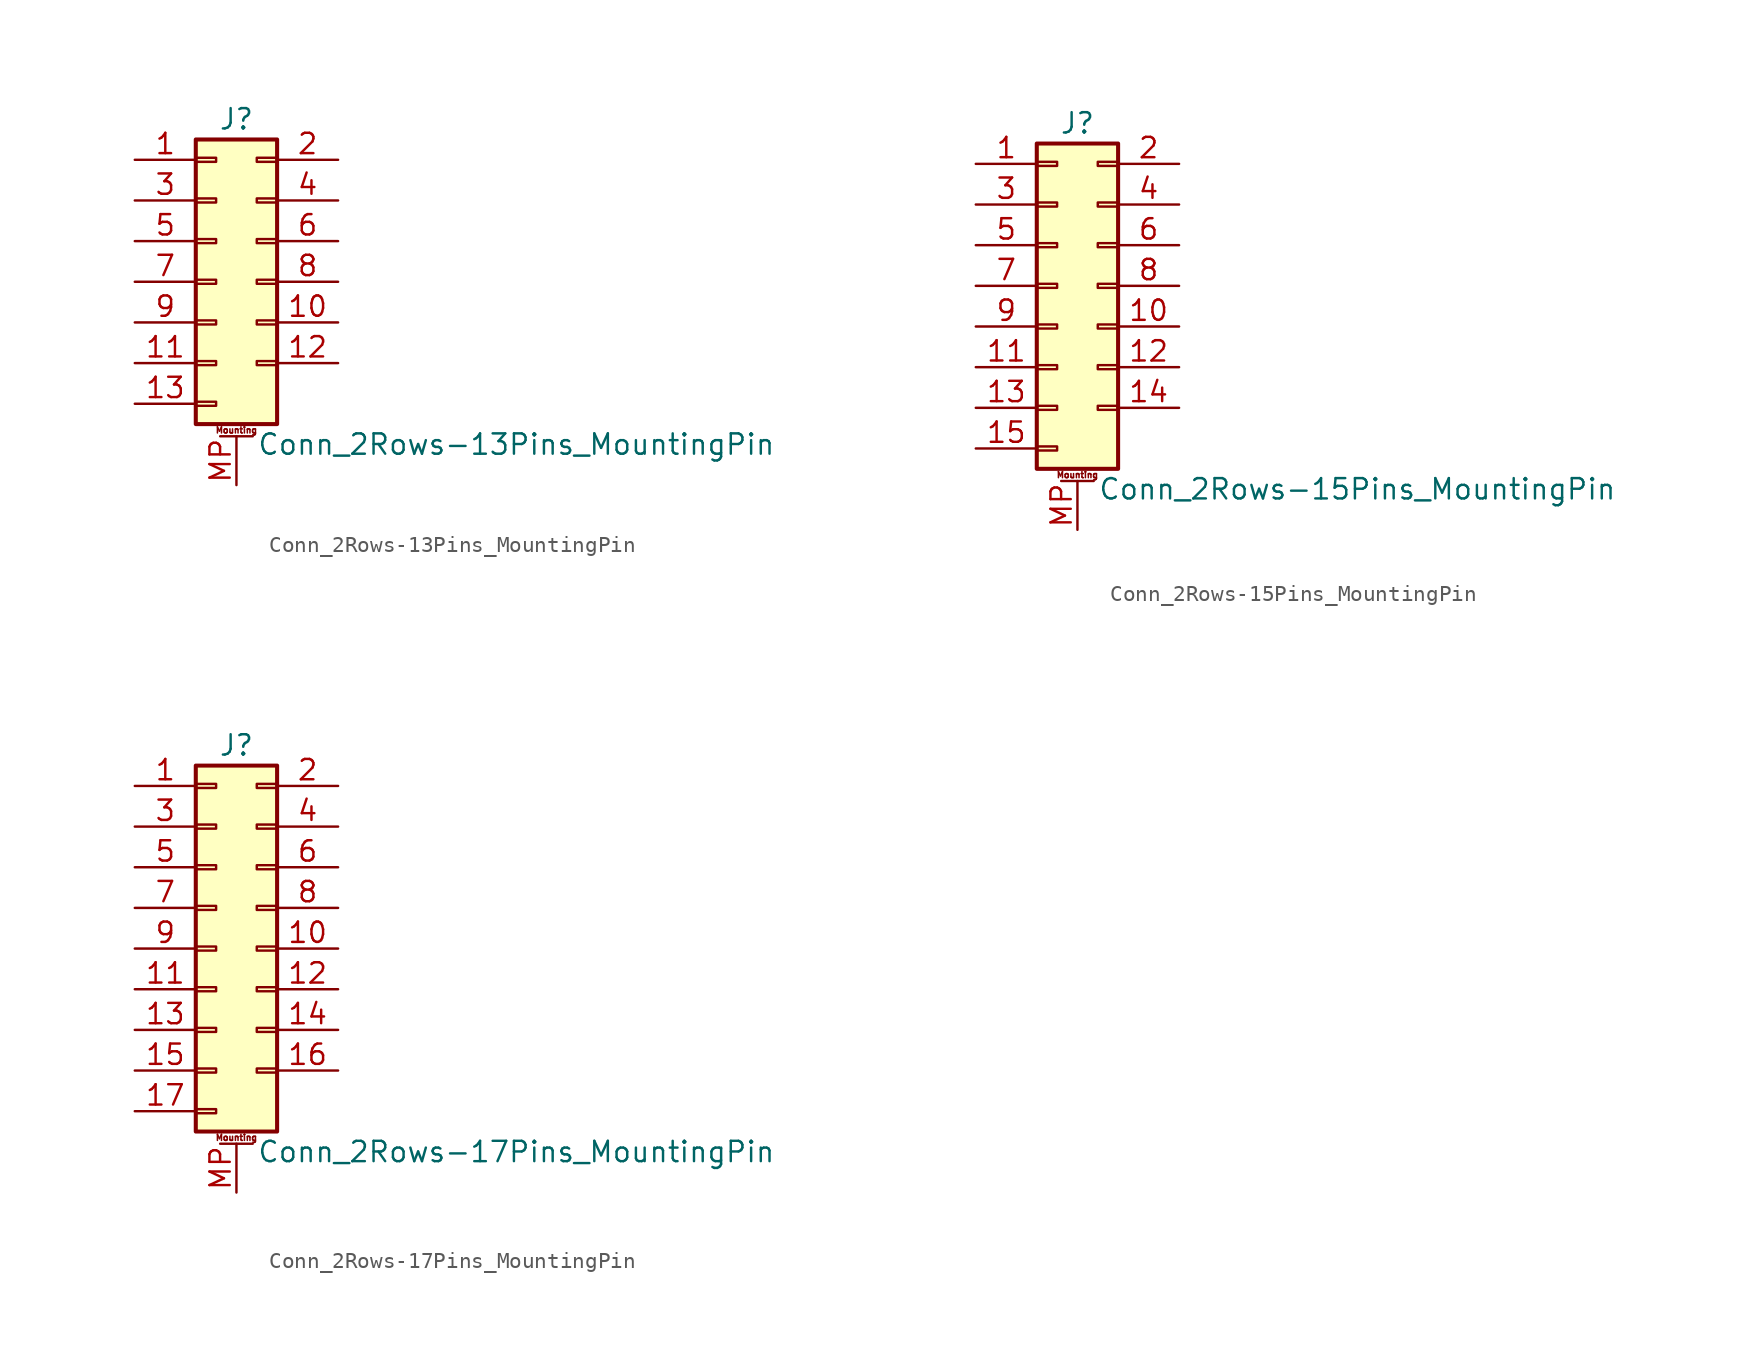
<source format=kicad_sym>
(kicad_symbol_lib
  (version 20220914)
  (generator kicad_symbol_editor)
  (symbol "Conn_2Rows-13Pins_MountingPin"
    (pin_names
      (offset 1.016) hide)
    (property "Reference" "J"
      (at 1.27 10.16 0)
      (effects (font (size 1.27 1.27))))
    (property "Value" "Conn_2Rows-13Pins_MountingPin"
      (at 2.54 -10.16 0)
      (effects (font (size 1.27 1.27)) (justify left)))
    (symbol "Conn_2Rows-13Pins_MountingPin_1_1"
      (rectangle (start -1.27 -7.493) (end 0 -7.747) (stroke (width 0.152) (type default)) (fill (type none)))
      (rectangle (start -1.27 -4.953) (end 0 -5.207) (stroke (width 0.152) (type default)) (fill (type none)))
      (rectangle (start -1.27 -2.413) (end 0 -2.667) (stroke (width 0.152) (type default)) (fill (type none)))
      (rectangle (start -1.27 0.127) (end 0 -0.127) (stroke (width 0.152) (type default)) (fill (type none)))
      (rectangle (start -1.27 2.667) (end 0 2.413) (stroke (width 0.152) (type default)) (fill (type none)))
      (rectangle (start -1.27 5.207) (end 0 4.953) (stroke (width 0.152) (type default)) (fill (type none)))
      (rectangle (start -1.27 7.747) (end 0 7.493) (stroke (width 0.152) (type default)) (fill (type none)))
      (rectangle (start -1.27 8.89) (end 3.81 -8.89) (stroke (width 0.254) (type default)) (fill (type background)))
      (polyline (pts (xy 0.254 -9.652) (xy 2.286 -9.652)) (stroke (width 0.152) (type default)) (fill (type none)))
      (rectangle (start 3.81 -4.953) (end 2.54 -5.207) (stroke (width 0.152) (type default)) (fill (type none)))
      (rectangle (start 3.81 -2.413) (end 2.54 -2.667) (stroke (width 0.152) (type default)) (fill (type none)))
      (rectangle (start 3.81 0.127) (end 2.54 -0.127) (stroke (width 0.152) (type default)) (fill (type none)))
      (rectangle (start 3.81 2.667) (end 2.54 2.413) (stroke (width 0.152) (type default)) (fill (type none)))
      (rectangle (start 3.81 5.207) (end 2.54 4.953) (stroke (width 0.152) (type default)) (fill (type none)))
      (rectangle (start 3.81 7.747) (end 2.54 7.493) (stroke (width 0.152) (type default)) (fill (type none)))
      (text "Mounting" (at 1.27 -9.271 0) (effects (font (size 0.381 0.381))))
      (pin passive line (at -5.08 7.62 0) (length 3.81) (name "Pin_1" (effects (font (size 1.27 1.27)))) (number "1" (effects (font (size 1.27 1.27)))))
      (pin passive line (at 7.62 -2.54 180) (length 3.81) (name "Pin_10" (effects (font (size 1.27 1.27)))) (number "10" (effects (font (size 1.27 1.27)))))
      (pin passive line (at -5.08 -5.08 0) (length 3.81) (name "Pin_11" (effects (font (size 1.27 1.27)))) (number "11" (effects (font (size 1.27 1.27)))))
      (pin passive line (at 7.62 -5.08 180) (length 3.81) (name "Pin_12" (effects (font (size 1.27 1.27)))) (number "12" (effects (font (size 1.27 1.27)))))
      (pin passive line (at -5.08 -7.62 0) (length 3.81) (name "Pin_13" (effects (font (size 1.27 1.27)))) (number "13" (effects (font (size 1.27 1.27)))))
      (pin passive line (at 7.62 7.62 180) (length 3.81) (name "Pin_2" (effects (font (size 1.27 1.27)))) (number "2" (effects (font (size 1.27 1.27)))))
      (pin passive line (at -5.08 5.08 0) (length 3.81) (name "Pin_3" (effects (font (size 1.27 1.27)))) (number "3" (effects (font (size 1.27 1.27)))))
      (pin passive line (at 7.62 5.08 180) (length 3.81) (name "Pin_4" (effects (font (size 1.27 1.27)))) (number "4" (effects (font (size 1.27 1.27)))))
      (pin passive line (at -5.08 2.54 0) (length 3.81) (name "Pin_5" (effects (font (size 1.27 1.27)))) (number "5" (effects (font (size 1.27 1.27)))))
      (pin passive line (at 7.62 2.54 180) (length 3.81) (name "Pin_6" (effects (font (size 1.27 1.27)))) (number "6" (effects (font (size 1.27 1.27)))))
      (pin passive line (at -5.08 0 0) (length 3.81) (name "Pin_7" (effects (font (size 1.27 1.27)))) (number "7" (effects (font (size 1.27 1.27)))))
      (pin passive line (at 7.62 0 180) (length 3.81) (name "Pin_8" (effects (font (size 1.27 1.27)))) (number "8" (effects (font (size 1.27 1.27)))))
      (pin passive line (at -5.08 -2.54 0) (length 3.81) (name "Pin_9" (effects (font (size 1.27 1.27)))) (number "9" (effects (font (size 1.27 1.27)))))
      (pin passive line (at 1.27 -12.7 90) (length 3.048) (name "MountPin" (effects (font (size 1.27 1.27)))) (number "MP" (effects (font (size 1.27 1.27)))))))
  (symbol "Conn_2Rows-15Pins_MountingPin"
    (pin_names
      (offset 1.016) hide)
    (property "Reference" "J"
      (at 1.27 10.16 0)
      (effects (font (size 1.27 1.27))))
    (property "Value" "Conn_2Rows-15Pins_MountingPin"
      (at 2.54 -12.7 0)
      (effects (font (size 1.27 1.27)) (justify left)))
    (symbol "Conn_2Rows-15Pins_MountingPin_1_1"
      (rectangle (start -1.27 -10.033) (end 0 -10.287) (stroke (width 0.152) (type default)) (fill (type none)))
      (rectangle (start -1.27 -7.493) (end 0 -7.747) (stroke (width 0.152) (type default)) (fill (type none)))
      (rectangle (start -1.27 -4.953) (end 0 -5.207) (stroke (width 0.152) (type default)) (fill (type none)))
      (rectangle (start -1.27 -2.413) (end 0 -2.667) (stroke (width 0.152) (type default)) (fill (type none)))
      (rectangle (start -1.27 0.127) (end 0 -0.127) (stroke (width 0.152) (type default)) (fill (type none)))
      (rectangle (start -1.27 2.667) (end 0 2.413) (stroke (width 0.152) (type default)) (fill (type none)))
      (rectangle (start -1.27 5.207) (end 0 4.953) (stroke (width 0.152) (type default)) (fill (type none)))
      (rectangle (start -1.27 7.747) (end 0 7.493) (stroke (width 0.152) (type default)) (fill (type none)))
      (rectangle (start -1.27 8.89) (end 3.81 -11.43) (stroke (width 0.254) (type default)) (fill (type background)))
      (polyline (pts (xy 0.254 -12.192) (xy 2.286 -12.192)) (stroke (width 0.152) (type default)) (fill (type none)))
      (rectangle (start 3.81 -7.493) (end 2.54 -7.747) (stroke (width 0.152) (type default)) (fill (type none)))
      (rectangle (start 3.81 -4.953) (end 2.54 -5.207) (stroke (width 0.152) (type default)) (fill (type none)))
      (rectangle (start 3.81 -2.413) (end 2.54 -2.667) (stroke (width 0.152) (type default)) (fill (type none)))
      (rectangle (start 3.81 0.127) (end 2.54 -0.127) (stroke (width 0.152) (type default)) (fill (type none)))
      (rectangle (start 3.81 2.667) (end 2.54 2.413) (stroke (width 0.152) (type default)) (fill (type none)))
      (rectangle (start 3.81 5.207) (end 2.54 4.953) (stroke (width 0.152) (type default)) (fill (type none)))
      (rectangle (start 3.81 7.747) (end 2.54 7.493) (stroke (width 0.152) (type default)) (fill (type none)))
      (text "Mounting" (at 1.27 -11.811 0) (effects (font (size 0.381 0.381))))
      (pin passive line (at -5.08 7.62 0) (length 3.81) (name "Pin_1" (effects (font (size 1.27 1.27)))) (number "1" (effects (font (size 1.27 1.27)))))
      (pin passive line (at 7.62 -2.54 180) (length 3.81) (name "Pin_10" (effects (font (size 1.27 1.27)))) (number "10" (effects (font (size 1.27 1.27)))))
      (pin passive line (at -5.08 -5.08 0) (length 3.81) (name "Pin_11" (effects (font (size 1.27 1.27)))) (number "11" (effects (font (size 1.27 1.27)))))
      (pin passive line (at 7.62 -5.08 180) (length 3.81) (name "Pin_12" (effects (font (size 1.27 1.27)))) (number "12" (effects (font (size 1.27 1.27)))))
      (pin passive line (at -5.08 -7.62 0) (length 3.81) (name "Pin_13" (effects (font (size 1.27 1.27)))) (number "13" (effects (font (size 1.27 1.27)))))
      (pin passive line (at 7.62 -7.62 180) (length 3.81) (name "Pin_14" (effects (font (size 1.27 1.27)))) (number "14" (effects (font (size 1.27 1.27)))))
      (pin passive line (at -5.08 -10.16 0) (length 3.81) (name "Pin_15" (effects (font (size 1.27 1.27)))) (number "15" (effects (font (size 1.27 1.27)))))
      (pin passive line (at 7.62 7.62 180) (length 3.81) (name "Pin_2" (effects (font (size 1.27 1.27)))) (number "2" (effects (font (size 1.27 1.27)))))
      (pin passive line (at -5.08 5.08 0) (length 3.81) (name "Pin_3" (effects (font (size 1.27 1.27)))) (number "3" (effects (font (size 1.27 1.27)))))
      (pin passive line (at 7.62 5.08 180) (length 3.81) (name "Pin_4" (effects (font (size 1.27 1.27)))) (number "4" (effects (font (size 1.27 1.27)))))
      (pin passive line (at -5.08 2.54 0) (length 3.81) (name "Pin_5" (effects (font (size 1.27 1.27)))) (number "5" (effects (font (size 1.27 1.27)))))
      (pin passive line (at 7.62 2.54 180) (length 3.81) (name "Pin_6" (effects (font (size 1.27 1.27)))) (number "6" (effects (font (size 1.27 1.27)))))
      (pin passive line (at -5.08 0 0) (length 3.81) (name "Pin_7" (effects (font (size 1.27 1.27)))) (number "7" (effects (font (size 1.27 1.27)))))
      (pin passive line (at 7.62 0 180) (length 3.81) (name "Pin_8" (effects (font (size 1.27 1.27)))) (number "8" (effects (font (size 1.27 1.27)))))
      (pin passive line (at -5.08 -2.54 0) (length 3.81) (name "Pin_9" (effects (font (size 1.27 1.27)))) (number "9" (effects (font (size 1.27 1.27)))))
      (pin passive line (at 1.27 -15.24 90) (length 3.048) (name "MountPin" (effects (font (size 1.27 1.27)))) (number "MP" (effects (font (size 1.27 1.27)))))))
  (symbol "Conn_2Rows-17Pins_MountingPin"
    (pin_names
      (offset 1.016) hide)
    (property "Reference" "J"
      (at 1.27 12.7 0)
      (effects (font (size 1.27 1.27))))
    (property "Value" "Conn_2Rows-17Pins_MountingPin"
      (at 2.54 -12.7 0)
      (effects (font (size 1.27 1.27)) (justify left)))
    (symbol "Conn_2Rows-17Pins_MountingPin_1_1"
      (rectangle (start -1.27 -10.033) (end 0 -10.287) (stroke (width 0.152) (type default)) (fill (type none)))
      (rectangle (start -1.27 -7.493) (end 0 -7.747) (stroke (width 0.152) (type default)) (fill (type none)))
      (rectangle (start -1.27 -4.953) (end 0 -5.207) (stroke (width 0.152) (type default)) (fill (type none)))
      (rectangle (start -1.27 -2.413) (end 0 -2.667) (stroke (width 0.152) (type default)) (fill (type none)))
      (rectangle (start -1.27 0.127) (end 0 -0.127) (stroke (width 0.152) (type default)) (fill (type none)))
      (rectangle (start -1.27 2.667) (end 0 2.413) (stroke (width 0.152) (type default)) (fill (type none)))
      (rectangle (start -1.27 5.207) (end 0 4.953) (stroke (width 0.152) (type default)) (fill (type none)))
      (rectangle (start -1.27 7.747) (end 0 7.493) (stroke (width 0.152) (type default)) (fill (type none)))
      (rectangle (start -1.27 10.287) (end 0 10.033) (stroke (width 0.152) (type default)) (fill (type none)))
      (rectangle (start -1.27 11.43) (end 3.81 -11.43) (stroke (width 0.254) (type default)) (fill (type background)))
      (polyline (pts (xy 0.254 -12.192) (xy 2.286 -12.192)) (stroke (width 0.152) (type default)) (fill (type none)))
      (rectangle (start 3.81 -7.493) (end 2.54 -7.747) (stroke (width 0.152) (type default)) (fill (type none)))
      (rectangle (start 3.81 -4.953) (end 2.54 -5.207) (stroke (width 0.152) (type default)) (fill (type none)))
      (rectangle (start 3.81 -2.413) (end 2.54 -2.667) (stroke (width 0.152) (type default)) (fill (type none)))
      (rectangle (start 3.81 0.127) (end 2.54 -0.127) (stroke (width 0.152) (type default)) (fill (type none)))
      (rectangle (start 3.81 2.667) (end 2.54 2.413) (stroke (width 0.152) (type default)) (fill (type none)))
      (rectangle (start 3.81 5.207) (end 2.54 4.953) (stroke (width 0.152) (type default)) (fill (type none)))
      (rectangle (start 3.81 7.747) (end 2.54 7.493) (stroke (width 0.152) (type default)) (fill (type none)))
      (rectangle (start 3.81 10.287) (end 2.54 10.033) (stroke (width 0.152) (type default)) (fill (type none)))
      (text "Mounting" (at 1.27 -11.811 0) (effects (font (size 0.381 0.381))))
      (pin passive line (at -5.08 10.16 0) (length 3.81) (name "Pin_1" (effects (font (size 1.27 1.27)))) (number "1" (effects (font (size 1.27 1.27)))))
      (pin passive line (at 7.62 0 180) (length 3.81) (name "Pin_10" (effects (font (size 1.27 1.27)))) (number "10" (effects (font (size 1.27 1.27)))))
      (pin passive line (at -5.08 -2.54 0) (length 3.81) (name "Pin_11" (effects (font (size 1.27 1.27)))) (number "11" (effects (font (size 1.27 1.27)))))
      (pin passive line (at 7.62 -2.54 180) (length 3.81) (name "Pin_12" (effects (font (size 1.27 1.27)))) (number "12" (effects (font (size 1.27 1.27)))))
      (pin passive line (at -5.08 -5.08 0) (length 3.81) (name "Pin_13" (effects (font (size 1.27 1.27)))) (number "13" (effects (font (size 1.27 1.27)))))
      (pin passive line (at 7.62 -5.08 180) (length 3.81) (name "Pin_14" (effects (font (size 1.27 1.27)))) (number "14" (effects (font (size 1.27 1.27)))))
      (pin passive line (at -5.08 -7.62 0) (length 3.81) (name "Pin_15" (effects (font (size 1.27 1.27)))) (number "15" (effects (font (size 1.27 1.27)))))
      (pin passive line (at 7.62 -7.62 180) (length 3.81) (name "Pin_16" (effects (font (size 1.27 1.27)))) (number "16" (effects (font (size 1.27 1.27)))))
      (pin passive line (at -5.08 -10.16 0) (length 3.81) (name "Pin_17" (effects (font (size 1.27 1.27)))) (number "17" (effects (font (size 1.27 1.27)))))
      (pin passive line (at 7.62 10.16 180) (length 3.81) (name "Pin_2" (effects (font (size 1.27 1.27)))) (number "2" (effects (font (size 1.27 1.27)))))
      (pin passive line (at -5.08 7.62 0) (length 3.81) (name "Pin_3" (effects (font (size 1.27 1.27)))) (number "3" (effects (font (size 1.27 1.27)))))
      (pin passive line (at 7.62 7.62 180) (length 3.81) (name "Pin_4" (effects (font (size 1.27 1.27)))) (number "4" (effects (font (size 1.27 1.27)))))
      (pin passive line (at -5.08 5.08 0) (length 3.81) (name "Pin_5" (effects (font (size 1.27 1.27)))) (number "5" (effects (font (size 1.27 1.27)))))
      (pin passive line (at 7.62 5.08 180) (length 3.81) (name "Pin_6" (effects (font (size 1.27 1.27)))) (number "6" (effects (font (size 1.27 1.27)))))
      (pin passive line (at -5.08 2.54 0) (length 3.81) (name "Pin_7" (effects (font (size 1.27 1.27)))) (number "7" (effects (font (size 1.27 1.27)))))
      (pin passive line (at 7.62 2.54 180) (length 3.81) (name "Pin_8" (effects (font (size 1.27 1.27)))) (number "8" (effects (font (size 1.27 1.27)))))
      (pin passive line (at -5.08 0 0) (length 3.81) (name "Pin_9" (effects (font (size 1.27 1.27)))) (number "9" (effects (font (size 1.27 1.27)))))
      (pin passive line (at 1.27 -15.24 90) (length 3.048) (name "MountPin" (effects (font (size 1.27 1.27)))) (number "MP" (effects (font (size 1.27 1.27))))))))
</source>
